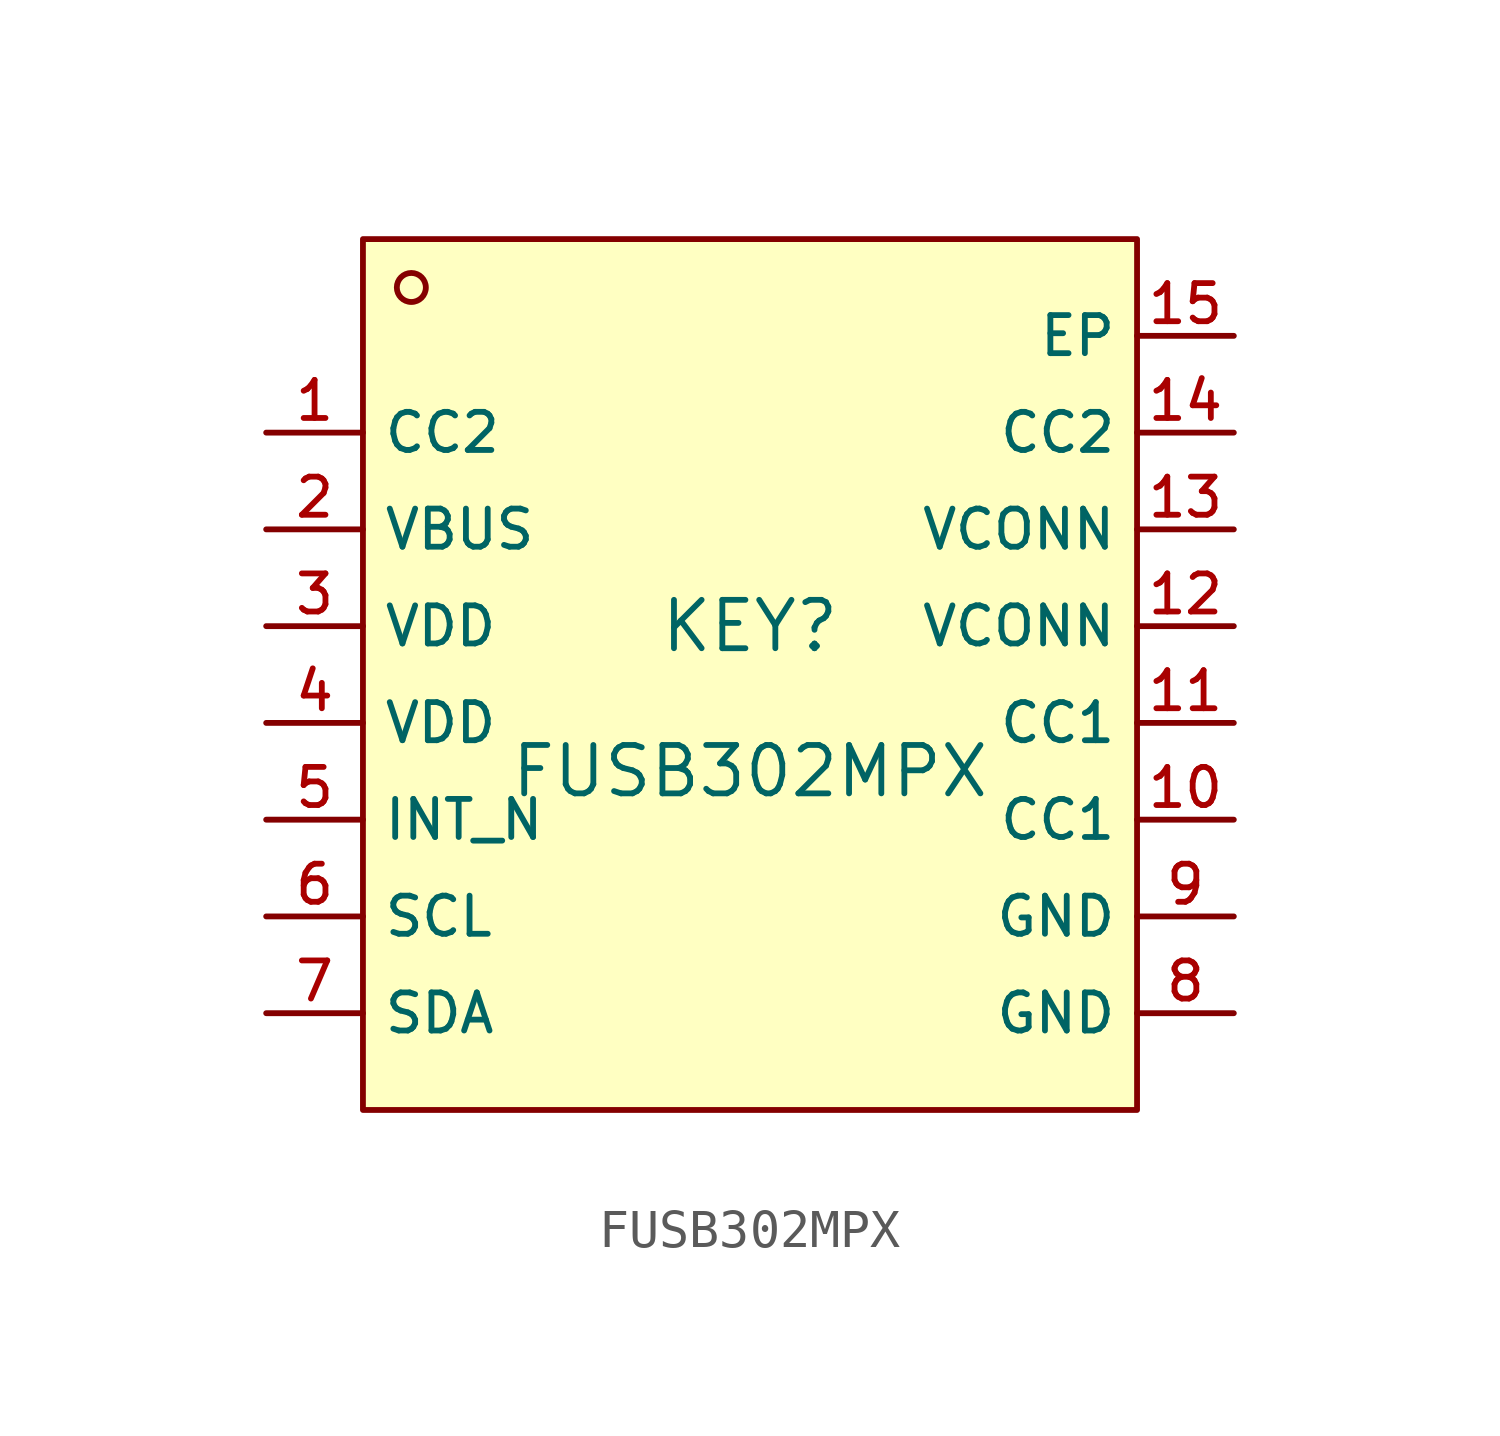
<source format=kicad_sym>
(kicad_symbol_lib
  (version 20210201)
  (generator TousstNicolas/JLC2KiCad_lib)
  (symbol "FUSB302MPX"
    (property "Reference" "KEY"
      (at 0 1.27 0)
      (effects (font (size 1.27 1.27))))
    (property "Value" "FUSB302MPX"
      (at 0 -2.54 0)
      (effects (font (size 1.27 1.27))))
    (symbol "FUSB302MPX_0_1"
      (rectangle (start -10.16 11.43) (end 10.16 -11.43) (stroke (width 0) (type default) (color 0 0 0 0)) (fill (type background)))
      (circle (center -8.89 10.16) (radius 0.381) (stroke (width 0) (type default) (color 0 0 0 0)) (fill (type background)))
      (pin unspecified line (at -12.7 6.35 0) (length 2.54) (name "CC2" (effects (font (size 1 1)))) (number "1" (effects (font (size 1 1)))))
      (pin unspecified line (at -12.7 3.81 0) (length 2.54) (name "VBUS" (effects (font (size 1 1)))) (number "2" (effects (font (size 1 1)))))
      (pin unspecified line (at -12.7 1.27 0) (length 2.54) (name "VDD" (effects (font (size 1 1)))) (number "3" (effects (font (size 1 1)))))
      (pin unspecified line (at -12.7 -1.27 0) (length 2.54) (name "VDD" (effects (font (size 1 1)))) (number "4" (effects (font (size 1 1)))))
      (pin unspecified line (at -12.7 -3.81 0) (length 2.54) (name "INT_N" (effects (font (size 1 1)))) (number "5" (effects (font (size 1 1)))))
      (pin unspecified line (at -12.7 -6.35 0) (length 2.54) (name "SCL" (effects (font (size 1 1)))) (number "6" (effects (font (size 1 1)))))
      (pin unspecified line (at -12.7 -8.89 0) (length 2.54) (name "SDA" (effects (font (size 1 1)))) (number "7" (effects (font (size 1 1)))))
      (pin unspecified line (at 12.7 -8.89 180) (length 2.54) (name "GND" (effects (font (size 1 1)))) (number "8" (effects (font (size 1 1)))))
      (pin unspecified line (at 12.7 -6.35 180) (length 2.54) (name "GND" (effects (font (size 1 1)))) (number "9" (effects (font (size 1 1)))))
      (pin unspecified line (at 12.7 -3.81 180) (length 2.54) (name "CC1" (effects (font (size 1 1)))) (number "10" (effects (font (size 1 1)))))
      (pin unspecified line (at 12.7 -1.27 180) (length 2.54) (name "CC1" (effects (font (size 1 1)))) (number "11" (effects (font (size 1 1)))))
      (pin unspecified line (at 12.7 1.27 180) (length 2.54) (name "VCONN" (effects (font (size 1 1)))) (number "12" (effects (font (size 1 1)))))
      (pin unspecified line (at 12.7 3.81 180) (length 2.54) (name "VCONN" (effects (font (size 1 1)))) (number "13" (effects (font (size 1 1)))))
      (pin unspecified line (at 12.7 6.35 180) (length 2.54) (name "CC2" (effects (font (size 1 1)))) (number "14" (effects (font (size 1 1)))))
      (pin unspecified line (at 12.7 8.89 180) (length 2.54) (name "EP" (effects (font (size 1 1)))) (number "15" (effects (font (size 1 1))))))))
</source>
